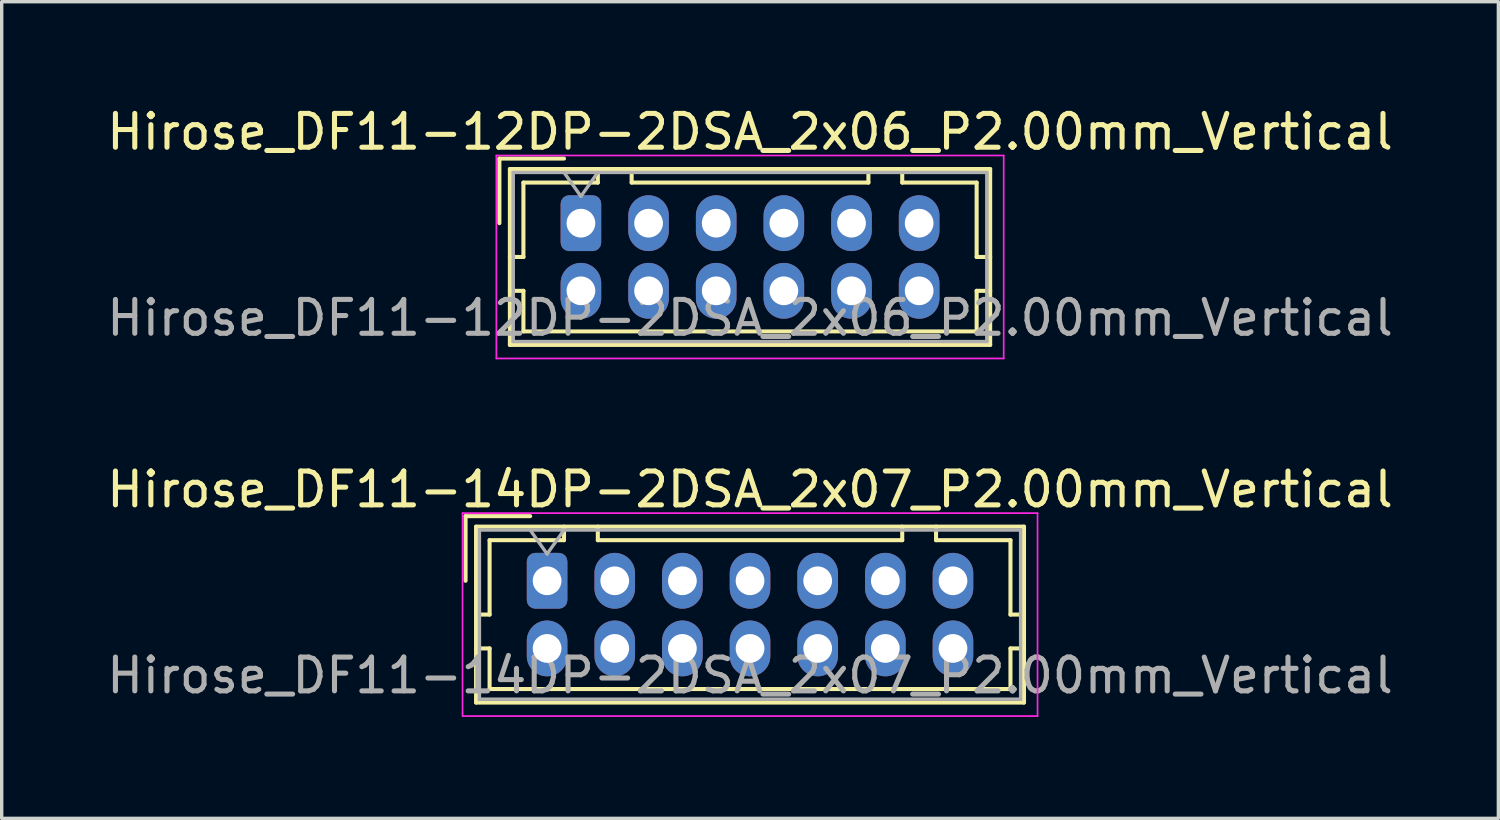
<source format=kicad_pcb>
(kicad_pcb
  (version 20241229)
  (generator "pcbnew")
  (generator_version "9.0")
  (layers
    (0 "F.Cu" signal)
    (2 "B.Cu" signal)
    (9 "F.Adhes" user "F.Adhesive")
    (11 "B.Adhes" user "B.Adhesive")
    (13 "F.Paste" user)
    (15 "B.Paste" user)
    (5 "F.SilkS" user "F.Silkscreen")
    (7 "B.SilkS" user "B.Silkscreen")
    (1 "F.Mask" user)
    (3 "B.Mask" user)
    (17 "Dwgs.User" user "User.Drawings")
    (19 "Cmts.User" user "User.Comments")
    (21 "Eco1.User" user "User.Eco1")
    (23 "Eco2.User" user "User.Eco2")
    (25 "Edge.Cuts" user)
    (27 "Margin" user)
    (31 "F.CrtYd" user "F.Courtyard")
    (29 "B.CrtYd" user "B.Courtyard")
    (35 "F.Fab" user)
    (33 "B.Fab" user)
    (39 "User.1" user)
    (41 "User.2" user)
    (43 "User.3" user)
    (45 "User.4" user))
  (footprint "Hirose_DF11-14DP-2DSA_2x07_P2.00mm_Vertical"
    (layer "F.Cu")
    (at 13.125 14.121)
    (property "Reference" "Hirose_DF11-14DP-2DSA_2x07_P2.00mm_Vertical" (at 6 -2.7 0) (layer "F.SilkS") (effects (font (size 1 1) (thickness 0.15))))
    (attr through_hole)
    (fp_line (start -2.41 -1.91) (end -0.5 -1.91) (stroke (width 0.12) (type solid)) (layer "F.SilkS"))
    (fp_line (start -2.41 0) (end -2.41 -1.91) (stroke (width 0.12) (type solid)) (layer "F.SilkS"))
    (fp_line (start -2.1 -1.6) (end -2.1 3.6) (stroke (width 0.12) (type solid)) (layer "F.SilkS"))
    (fp_line (start -2.1 1) (end -1.7 1) (stroke (width 0.12) (type solid)) (layer "F.SilkS"))
    (fp_line (start -2.1 2) (end -1.7 2) (stroke (width 0.12) (type solid)) (layer "F.SilkS"))
    (fp_line (start -2.1 3.6) (end 14.1 3.6) (stroke (width 0.12) (type solid)) (layer "F.SilkS"))
    (fp_line (start -1.7 -1.2) (end 0.5 -1.2) (stroke (width 0.12) (type solid)) (layer "F.SilkS"))
    (fp_line (start -1.7 1) (end -1.7 -1.2) (stroke (width 0.12) (type solid)) (layer "F.SilkS"))
    (fp_line (start -1.7 2) (end -1.7 3.2) (stroke (width 0.12) (type solid)) (layer "F.SilkS"))
    (fp_line (start -1.7 3.2) (end 13.7 3.2) (stroke (width 0.12) (type solid)) (layer "F.SilkS"))
    (fp_line (start 0.5 -1.2) (end 0.5 -1.6) (stroke (width 0.12) (type solid)) (layer "F.SilkS"))
    (fp_line (start 1.5 -1.6) (end 1.5 -1.2) (stroke (width 0.12) (type solid)) (layer "F.SilkS"))
    (fp_line (start 1.5 -1.2) (end 10.5 -1.2) (stroke (width 0.12) (type solid)) (layer "F.SilkS"))
    (fp_line (start 10.5 -1.2) (end 10.5 -1.6) (stroke (width 0.12) (type solid)) (layer "F.SilkS"))
    (fp_line (start 11.5 -1.2) (end 11.5 -1.6) (stroke (width 0.12) (type solid)) (layer "F.SilkS"))
    (fp_line (start 13.7 -1.2) (end 11.5 -1.2) (stroke (width 0.12) (type solid)) (layer "F.SilkS"))
    (fp_line (start 13.7 1) (end 13.7 -1.2) (stroke (width 0.12) (type solid)) (layer "F.SilkS"))
    (fp_line (start 13.7 2) (end 14.1 2) (stroke (width 0.12) (type solid)) (layer "F.SilkS"))
    (fp_line (start 13.7 3.2) (end 13.7 2) (stroke (width 0.12) (type solid)) (layer "F.SilkS"))
    (fp_line (start 14.1 -1.6) (end -2.1 -1.6) (stroke (width 0.12) (type solid)) (layer "F.SilkS"))
    (fp_line (start 14.1 1) (end 13.7 1) (stroke (width 0.12) (type solid)) (layer "F.SilkS"))
    (fp_line (start 14.1 3.6) (end 14.1 -1.6) (stroke (width 0.12) (type solid)) (layer "F.SilkS"))
    (fp_line (start -2.5 -2) (end -2.5 4) (stroke (width 0.05) (type solid)) (layer "F.CrtYd"))
    (fp_line (start -2.5 4) (end 14.5 4) (stroke (width 0.05) (type solid)) (layer "F.CrtYd"))
    (fp_line (start 14.5 -2) (end -2.5 -2) (stroke (width 0.05) (type solid)) (layer "F.CrtYd"))
    (fp_line (start 14.5 4) (end 14.5 -2) (stroke (width 0.05) (type solid)) (layer "F.CrtYd"))
    (fp_line (start -2 -1.5) (end -2 3.5) (stroke (width 0.1) (type solid)) (layer "F.Fab"))
    (fp_line (start -2 3.5) (end 14 3.5) (stroke (width 0.1) (type solid)) (layer "F.Fab"))
    (fp_line (start -0.5 -1.5) (end 0 -0.793) (stroke (width 0.1) (type solid)) (layer "F.Fab"))
    (fp_line (start 0 -0.793) (end 0.5 -1.5) (stroke (width 0.1) (type solid)) (layer "F.Fab"))
    (fp_line (start 14 -1.5) (end -2 -1.5) (stroke (width 0.1) (type solid)) (layer "F.Fab"))
    (fp_line (start 14 3.5) (end 14 -1.5) (stroke (width 0.1) (type solid)) (layer "F.Fab"))
    (fp_text user "${REFERENCE}" (at 6 2.8 0) (layer "F.Fab") (effects (font (size 1 1) (thickness 0.15))))
    (pad "1" thru_hole roundrect (at 0 0) (size 1.2 1.65) (drill 0.85) (layers "*.Cu" "*.Mask") (roundrect_rratio 0.208))
    (pad "2" thru_hole oval (at 0 2) (size 1.2 1.65) (drill 0.85) (layers "*.Cu" "*.Mask"))
    (pad "3" thru_hole oval (at 2 0) (size 1.2 1.65) (drill 0.85) (layers "*.Cu" "*.Mask"))
    (pad "4" thru_hole oval (at 2 2) (size 1.2 1.65) (drill 0.85) (layers "*.Cu" "*.Mask"))
    (pad "5" thru_hole oval (at 4 0) (size 1.2 1.65) (drill 0.85) (layers "*.Cu" "*.Mask"))
    (pad "6" thru_hole oval (at 4 2) (size 1.2 1.65) (drill 0.85) (layers "*.Cu" "*.Mask"))
    (pad "7" thru_hole oval (at 6 0) (size 1.2 1.65) (drill 0.85) (layers "*.Cu" "*.Mask"))
    (pad "8" thru_hole oval (at 6 2) (size 1.2 1.65) (drill 0.85) (layers "*.Cu" "*.Mask"))
    (pad "9" thru_hole oval (at 8 0) (size 1.2 1.65) (drill 0.85) (layers "*.Cu" "*.Mask"))
    (pad "10" thru_hole oval (at 8 2) (size 1.2 1.65) (drill 0.85) (layers "*.Cu" "*.Mask"))
    (pad "11" thru_hole oval (at 10 0) (size 1.2 1.65) (drill 0.85) (layers "*.Cu" "*.Mask"))
    (pad "12" thru_hole oval (at 10 2) (size 1.2 1.65) (drill 0.85) (layers "*.Cu" "*.Mask"))
    (pad "13" thru_hole oval (at 12 0) (size 1.2 1.65) (drill 0.85) (layers "*.Cu" "*.Mask"))
    (pad "14" thru_hole oval (at 12 2) (size 1.2 1.65) (drill 0.85) (layers "*.Cu" "*.Mask")))
  (footprint "Hirose_DF11-12DP-2DSA_2x06_P2.00mm_Vertical"
    (layer "F.Cu")
    (at 14.125 3.548)
    (property "Reference" "Hirose_DF11-12DP-2DSA_2x06_P2.00mm_Vertical" (at 5 -2.7 0) (layer "F.SilkS") (effects (font (size 1 1) (thickness 0.15))))
    (attr through_hole)
    (fp_line (start -2.41 -1.91) (end -0.5 -1.91) (stroke (width 0.12) (type solid)) (layer "F.SilkS"))
    (fp_line (start -2.41 0) (end -2.41 -1.91) (stroke (width 0.12) (type solid)) (layer "F.SilkS"))
    (fp_line (start -2.1 -1.6) (end -2.1 3.6) (stroke (width 0.12) (type solid)) (layer "F.SilkS"))
    (fp_line (start -2.1 1) (end -1.7 1) (stroke (width 0.12) (type solid)) (layer "F.SilkS"))
    (fp_line (start -2.1 2) (end -1.7 2) (stroke (width 0.12) (type solid)) (layer "F.SilkS"))
    (fp_line (start -2.1 3.6) (end 12.1 3.6) (stroke (width 0.12) (type solid)) (layer "F.SilkS"))
    (fp_line (start -1.7 -1.2) (end 0.5 -1.2) (stroke (width 0.12) (type solid)) (layer "F.SilkS"))
    (fp_line (start -1.7 1) (end -1.7 -1.2) (stroke (width 0.12) (type solid)) (layer "F.SilkS"))
    (fp_line (start -1.7 2) (end -1.7 3.2) (stroke (width 0.12) (type solid)) (layer "F.SilkS"))
    (fp_line (start -1.7 3.2) (end 11.7 3.2) (stroke (width 0.12) (type solid)) (layer "F.SilkS"))
    (fp_line (start 0.5 -1.2) (end 0.5 -1.6) (stroke (width 0.12) (type solid)) (layer "F.SilkS"))
    (fp_line (start 1.5 -1.6) (end 1.5 -1.2) (stroke (width 0.12) (type solid)) (layer "F.SilkS"))
    (fp_line (start 1.5 -1.2) (end 8.5 -1.2) (stroke (width 0.12) (type solid)) (layer "F.SilkS"))
    (fp_line (start 8.5 -1.2) (end 8.5 -1.6) (stroke (width 0.12) (type solid)) (layer "F.SilkS"))
    (fp_line (start 9.5 -1.2) (end 9.5 -1.6) (stroke (width 0.12) (type solid)) (layer "F.SilkS"))
    (fp_line (start 11.7 -1.2) (end 9.5 -1.2) (stroke (width 0.12) (type solid)) (layer "F.SilkS"))
    (fp_line (start 11.7 1) (end 11.7 -1.2) (stroke (width 0.12) (type solid)) (layer "F.SilkS"))
    (fp_line (start 11.7 2) (end 12.1 2) (stroke (width 0.12) (type solid)) (layer "F.SilkS"))
    (fp_line (start 11.7 3.2) (end 11.7 2) (stroke (width 0.12) (type solid)) (layer "F.SilkS"))
    (fp_line (start 12.1 -1.6) (end -2.1 -1.6) (stroke (width 0.12) (type solid)) (layer "F.SilkS"))
    (fp_line (start 12.1 1) (end 11.7 1) (stroke (width 0.12) (type solid)) (layer "F.SilkS"))
    (fp_line (start 12.1 3.6) (end 12.1 -1.6) (stroke (width 0.12) (type solid)) (layer "F.SilkS"))
    (fp_line (start -2.5 -2) (end -2.5 4) (stroke (width 0.05) (type solid)) (layer "F.CrtYd"))
    (fp_line (start -2.5 4) (end 12.5 4) (stroke (width 0.05) (type solid)) (layer "F.CrtYd"))
    (fp_line (start 12.5 -2) (end -2.5 -2) (stroke (width 0.05) (type solid)) (layer "F.CrtYd"))
    (fp_line (start 12.5 4) (end 12.5 -2) (stroke (width 0.05) (type solid)) (layer "F.CrtYd"))
    (fp_line (start -2 -1.5) (end -2 3.5) (stroke (width 0.1) (type solid)) (layer "F.Fab"))
    (fp_line (start -2 3.5) (end 12 3.5) (stroke (width 0.1) (type solid)) (layer "F.Fab"))
    (fp_line (start -0.5 -1.5) (end 0 -0.793) (stroke (width 0.1) (type solid)) (layer "F.Fab"))
    (fp_line (start 0 -0.793) (end 0.5 -1.5) (stroke (width 0.1) (type solid)) (layer "F.Fab"))
    (fp_line (start 12 -1.5) (end -2 -1.5) (stroke (width 0.1) (type solid)) (layer "F.Fab"))
    (fp_line (start 12 3.5) (end 12 -1.5) (stroke (width 0.1) (type solid)) (layer "F.Fab"))
    (fp_text user "${REFERENCE}" (at 5 2.8 0) (layer "F.Fab") (effects (font (size 1 1) (thickness 0.15))))
    (pad "1" thru_hole roundrect (at 0 0) (size 1.2 1.65) (drill 0.85) (layers "*.Cu" "*.Mask") (roundrect_rratio 0.208))
    (pad "2" thru_hole oval (at 0 2) (size 1.2 1.65) (drill 0.85) (layers "*.Cu" "*.Mask"))
    (pad "3" thru_hole oval (at 2 0) (size 1.2 1.65) (drill 0.85) (layers "*.Cu" "*.Mask"))
    (pad "4" thru_hole oval (at 2 2) (size 1.2 1.65) (drill 0.85) (layers "*.Cu" "*.Mask"))
    (pad "5" thru_hole oval (at 4 0) (size 1.2 1.65) (drill 0.85) (layers "*.Cu" "*.Mask"))
    (pad "6" thru_hole oval (at 4 2) (size 1.2 1.65) (drill 0.85) (layers "*.Cu" "*.Mask"))
    (pad "7" thru_hole oval (at 6 0) (size 1.2 1.65) (drill 0.85) (layers "*.Cu" "*.Mask"))
    (pad "8" thru_hole oval (at 6 2) (size 1.2 1.65) (drill 0.85) (layers "*.Cu" "*.Mask"))
    (pad "9" thru_hole oval (at 8 0) (size 1.2 1.65) (drill 0.85) (layers "*.Cu" "*.Mask"))
    (pad "10" thru_hole oval (at 8 2) (size 1.2 1.65) (drill 0.85) (layers "*.Cu" "*.Mask"))
    (pad "11" thru_hole oval (at 10 0) (size 1.2 1.65) (drill 0.85) (layers "*.Cu" "*.Mask"))
    (pad "12" thru_hole oval (at 10 2) (size 1.2 1.65) (drill 0.85) (layers "*.Cu" "*.Mask")))
  (gr_rect
    (start -3 -3)
    (end 41.25 21.146)
    (stroke (width 0.1) (type default))
    (fill no)
    (layer "Edge.Cuts")))
</source>
